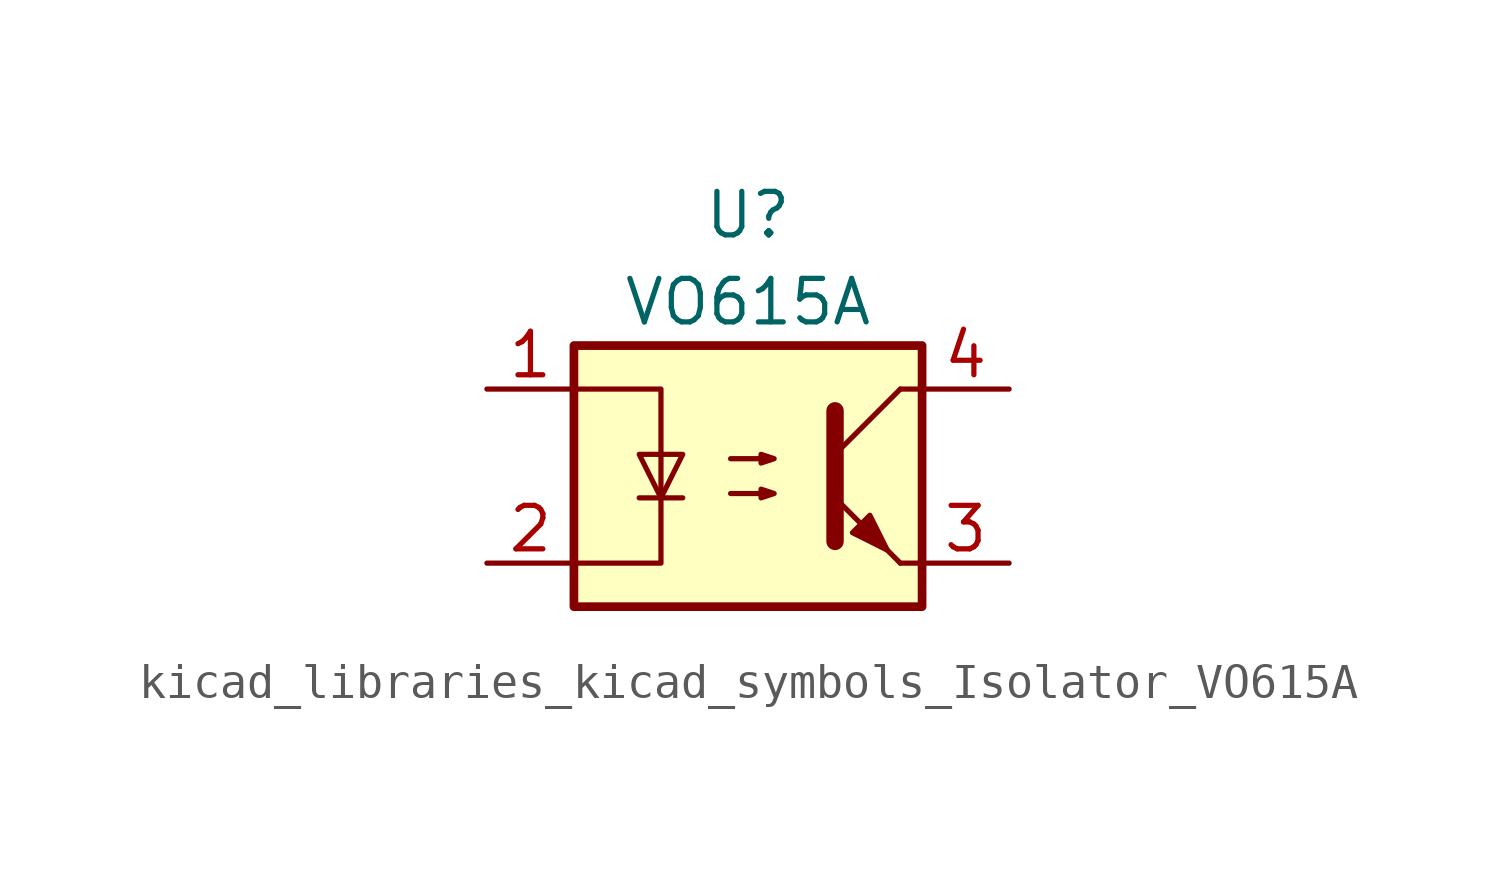
<source format=kicad_sym>
(kicad_symbol_lib
  (version 20220914)
  (generator kicad_symbol_editor)
  (symbol "kicad_libraries_kicad_symbols_Isolator_VO615A"
    (pin_names
      (offset 0.762))
    (property "Reference" "U"
      (at 0 7.62 0)
      (effects (font (size 1.27 1.27))))
    (property "Value" "VO615A"
      (at 0 5.08 0)
      (effects (font (size 1.27 1.27))))
    (symbol "kicad_libraries_kicad_symbols_Isolator_VO615A_0_1"
      (rectangle (start -5.08 3.81) (end 5.08 -3.81) (stroke (width 0.254) (type default)) (fill (type background)))
      (polyline (pts (xy -3.175 -0.635) (xy -1.905 -0.635)) (stroke (width 0) (type default)) (fill (type none)))
      (polyline (pts (xy 2.54 0.635) (xy 4.445 2.54)) (stroke (width 0) (type default)) (fill (type none)))
      (polyline (pts (xy 4.445 -2.54) (xy 2.54 -0.635)) (stroke (width 0) (type default)) (fill (type outline)))
      (polyline (pts (xy 4.445 -2.54) (xy 5.08 -2.54)) (stroke (width 0) (type default)) (fill (type none)))
      (polyline (pts (xy 4.445 2.54) (xy 5.08 2.54)) (stroke (width 0) (type default)) (fill (type none)))
      (polyline (pts (xy 2.54 1.905) (xy 2.54 -1.905) (xy 2.54 -1.905)) (stroke (width 0.508) (type default)) (fill (type none)))
      (polyline (pts (xy -5.08 2.54) (xy -2.54 2.54) (xy -2.54 -2.54) (xy -5.08 -2.54)) (stroke (width 0) (type default)) (fill (type none)))
      (polyline (pts (xy -2.54 -0.635) (xy -3.175 0.635) (xy -1.905 0.635) (xy -2.54 -0.635)) (stroke (width 0) (type default)) (fill (type none)))
      (polyline (pts (xy -0.508 -0.508) (xy 0.762 -0.508) (xy 0.381 -0.635) (xy 0.381 -0.381) (xy 0.762 -0.508)) (stroke (width 0) (type default)) (fill (type none)))
      (polyline (pts (xy -0.508 0.508) (xy 0.762 0.508) (xy 0.381 0.381) (xy 0.381 0.635) (xy 0.762 0.508)) (stroke (width 0) (type default)) (fill (type none)))
      (polyline (pts (xy 3.048 -1.651) (xy 3.556 -1.143) (xy 4.064 -2.159) (xy 3.048 -1.651) (xy 3.048 -1.651)) (stroke (width 0) (type default)) (fill (type outline))))
    (symbol "kicad_libraries_kicad_symbols_Isolator_VO615A_1_1"
      (pin passive line (at -7.62 2.54 0) (length 2.54) (name "~" (effects (font (size 1.27 1.27)))) (number "1" (effects (font (size 1.27 1.27)))))
      (pin passive line (at -7.62 -2.54 0) (length 2.54) (name "~" (effects (font (size 1.27 1.27)))) (number "2" (effects (font (size 1.27 1.27)))))
      (pin passive line (at 7.62 -2.54 180) (length 2.54) (name "~" (effects (font (size 1.27 1.27)))) (number "3" (effects (font (size 1.27 1.27)))))
      (pin passive line (at 7.62 2.54 180) (length 2.54) (name "~" (effects (font (size 1.27 1.27)))) (number "4" (effects (font (size 1.27 1.27))))))))
</source>
